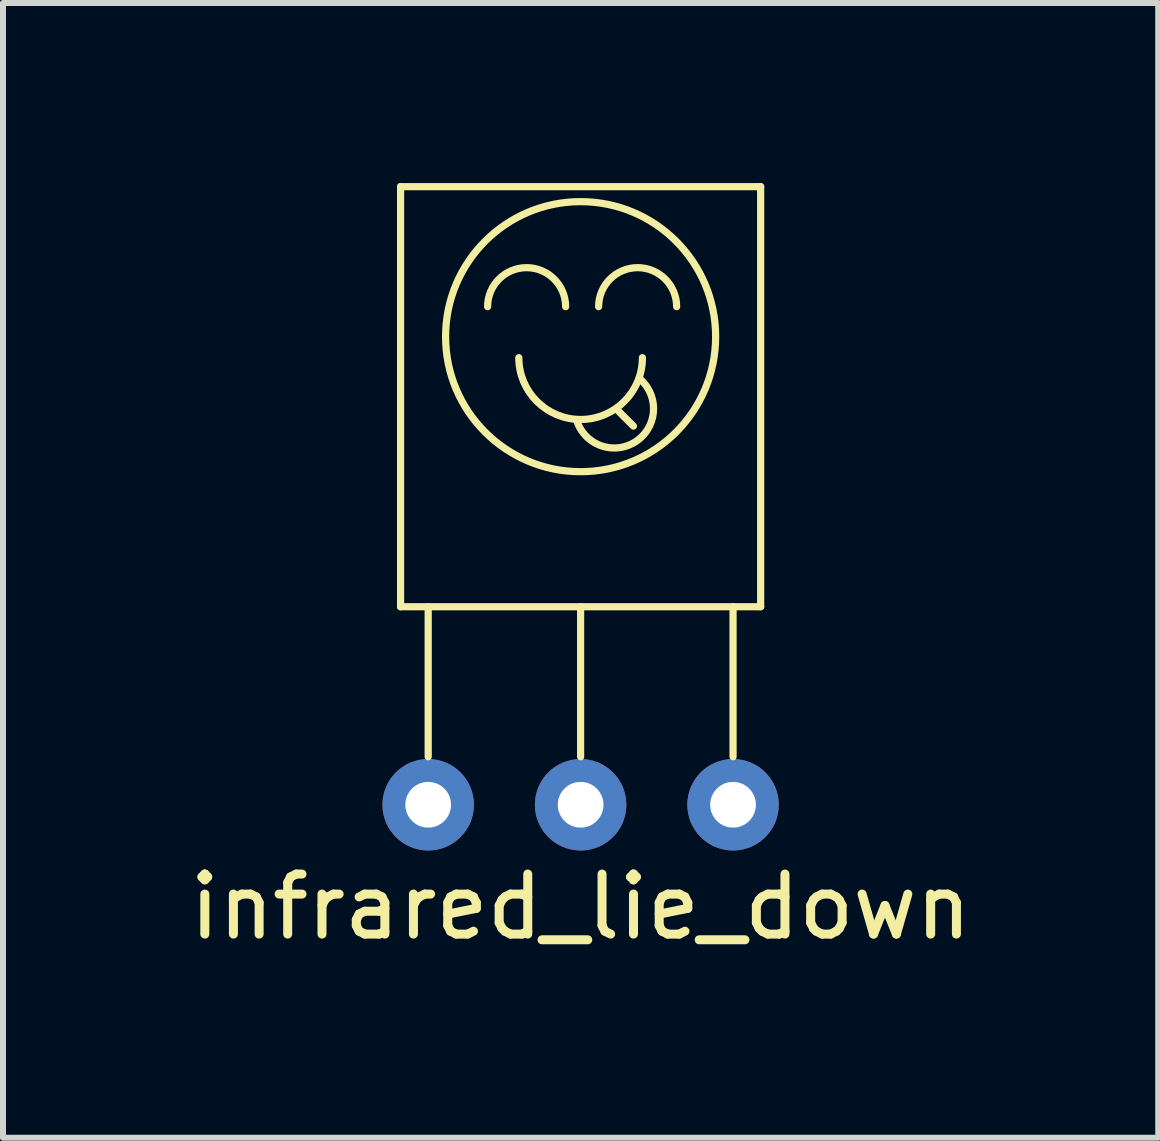
<source format=kicad_pcb>
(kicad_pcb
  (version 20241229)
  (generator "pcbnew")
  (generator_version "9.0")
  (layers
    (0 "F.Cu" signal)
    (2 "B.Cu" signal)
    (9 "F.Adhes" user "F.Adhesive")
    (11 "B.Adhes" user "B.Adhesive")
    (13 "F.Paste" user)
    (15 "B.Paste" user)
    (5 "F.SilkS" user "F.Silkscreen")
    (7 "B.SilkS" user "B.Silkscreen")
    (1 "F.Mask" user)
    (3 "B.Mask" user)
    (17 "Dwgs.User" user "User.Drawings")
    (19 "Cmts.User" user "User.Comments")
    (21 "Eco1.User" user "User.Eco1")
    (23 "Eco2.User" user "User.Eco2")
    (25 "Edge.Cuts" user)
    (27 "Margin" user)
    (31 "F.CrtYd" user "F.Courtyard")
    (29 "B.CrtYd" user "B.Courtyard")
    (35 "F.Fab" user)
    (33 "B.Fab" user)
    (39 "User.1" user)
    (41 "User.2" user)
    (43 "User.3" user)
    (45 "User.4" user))
  (footprint "infrared_lie_down"
    (layer "F.Cu")
    (at 6.625 5.06)
    (property "Reference" "infrared_lie_down" (at 0 7 0) (layer "F.SilkS") (effects (font (size 1 1) (thickness 0.15))))
    (attr through_hole)
    (fp_line (start -3 -5) (end -3 2) (stroke (width 0.12) (type solid)) (layer "F.SilkS"))
    (fp_line (start -3 -5) (end 3 -5) (stroke (width 0.12) (type solid)) (layer "F.SilkS"))
    (fp_line (start -3 2) (end 3 2) (stroke (width 0.12) (type solid)) (layer "F.SilkS"))
    (fp_line (start -2.54 2) (end -2.54 4.5) (stroke (width 0.12) (type solid)) (layer "F.SilkS"))
    (fp_line (start 0 2) (end 0 4.5) (stroke (width 0.12) (type solid)) (layer "F.SilkS"))
    (fp_line (start 0.6 -1.29) (end 0.88 -1.01) (stroke (width 0.12) (type solid)) (layer "F.SilkS"))
    (fp_line (start 2.54 2) (end 2.54 4.5) (stroke (width 0.12) (type solid)) (layer "F.SilkS"))
    (fp_line (start 3 2) (end 3 -5) (stroke (width 0.12) (type solid)) (layer "F.SilkS"))
    (fp_arc (start -1.55 -3) (mid -0.9 -3.65) (end -0.25 -3) (stroke (width 0.12) (type solid)) (layer "F.SilkS"))
    (fp_arc (start 0.3 -3) (mid 0.95 -3.65) (end 1.6 -3) (stroke (width 0.12) (type solid)) (layer "F.SilkS"))
    (fp_arc (start 0.988258 -1.795877) (mid 0.912671 -0.747803) (end -0.069999 -1.120001) (stroke (width 0.12) (type solid)) (layer "F.SilkS"))
    (fp_arc (start 1.03 -2.15) (mid 0 -1.12) (end -1.03 -2.15) (stroke (width 0.12) (type solid)) (layer "F.SilkS"))
    (fp_circle (center 0 -2.5) (end 2.25 -2.5) (stroke (width 0.12) (type solid)) (fill no) (layer "F.SilkS"))
    (pad "1" thru_hole circle (at -2.54 5.3) (size 1.524 1.524) (drill 0.762) (layers "*.Cu" "*.Mask"))
    (pad "2" thru_hole circle (at 0 5.3) (size 1.524 1.524) (drill 0.762) (layers "*.Cu" "*.Mask"))
    (pad "3" thru_hole circle (at 2.54 5.3) (size 1.524 1.524) (drill 0.762) (layers "*.Cu" "*.Mask")))
  (gr_rect
    (start -3 -3)
    (end 16.25 15.908)
    (stroke (width 0.1) (type default))
    (fill no)
    (layer "Edge.Cuts")))
</source>
